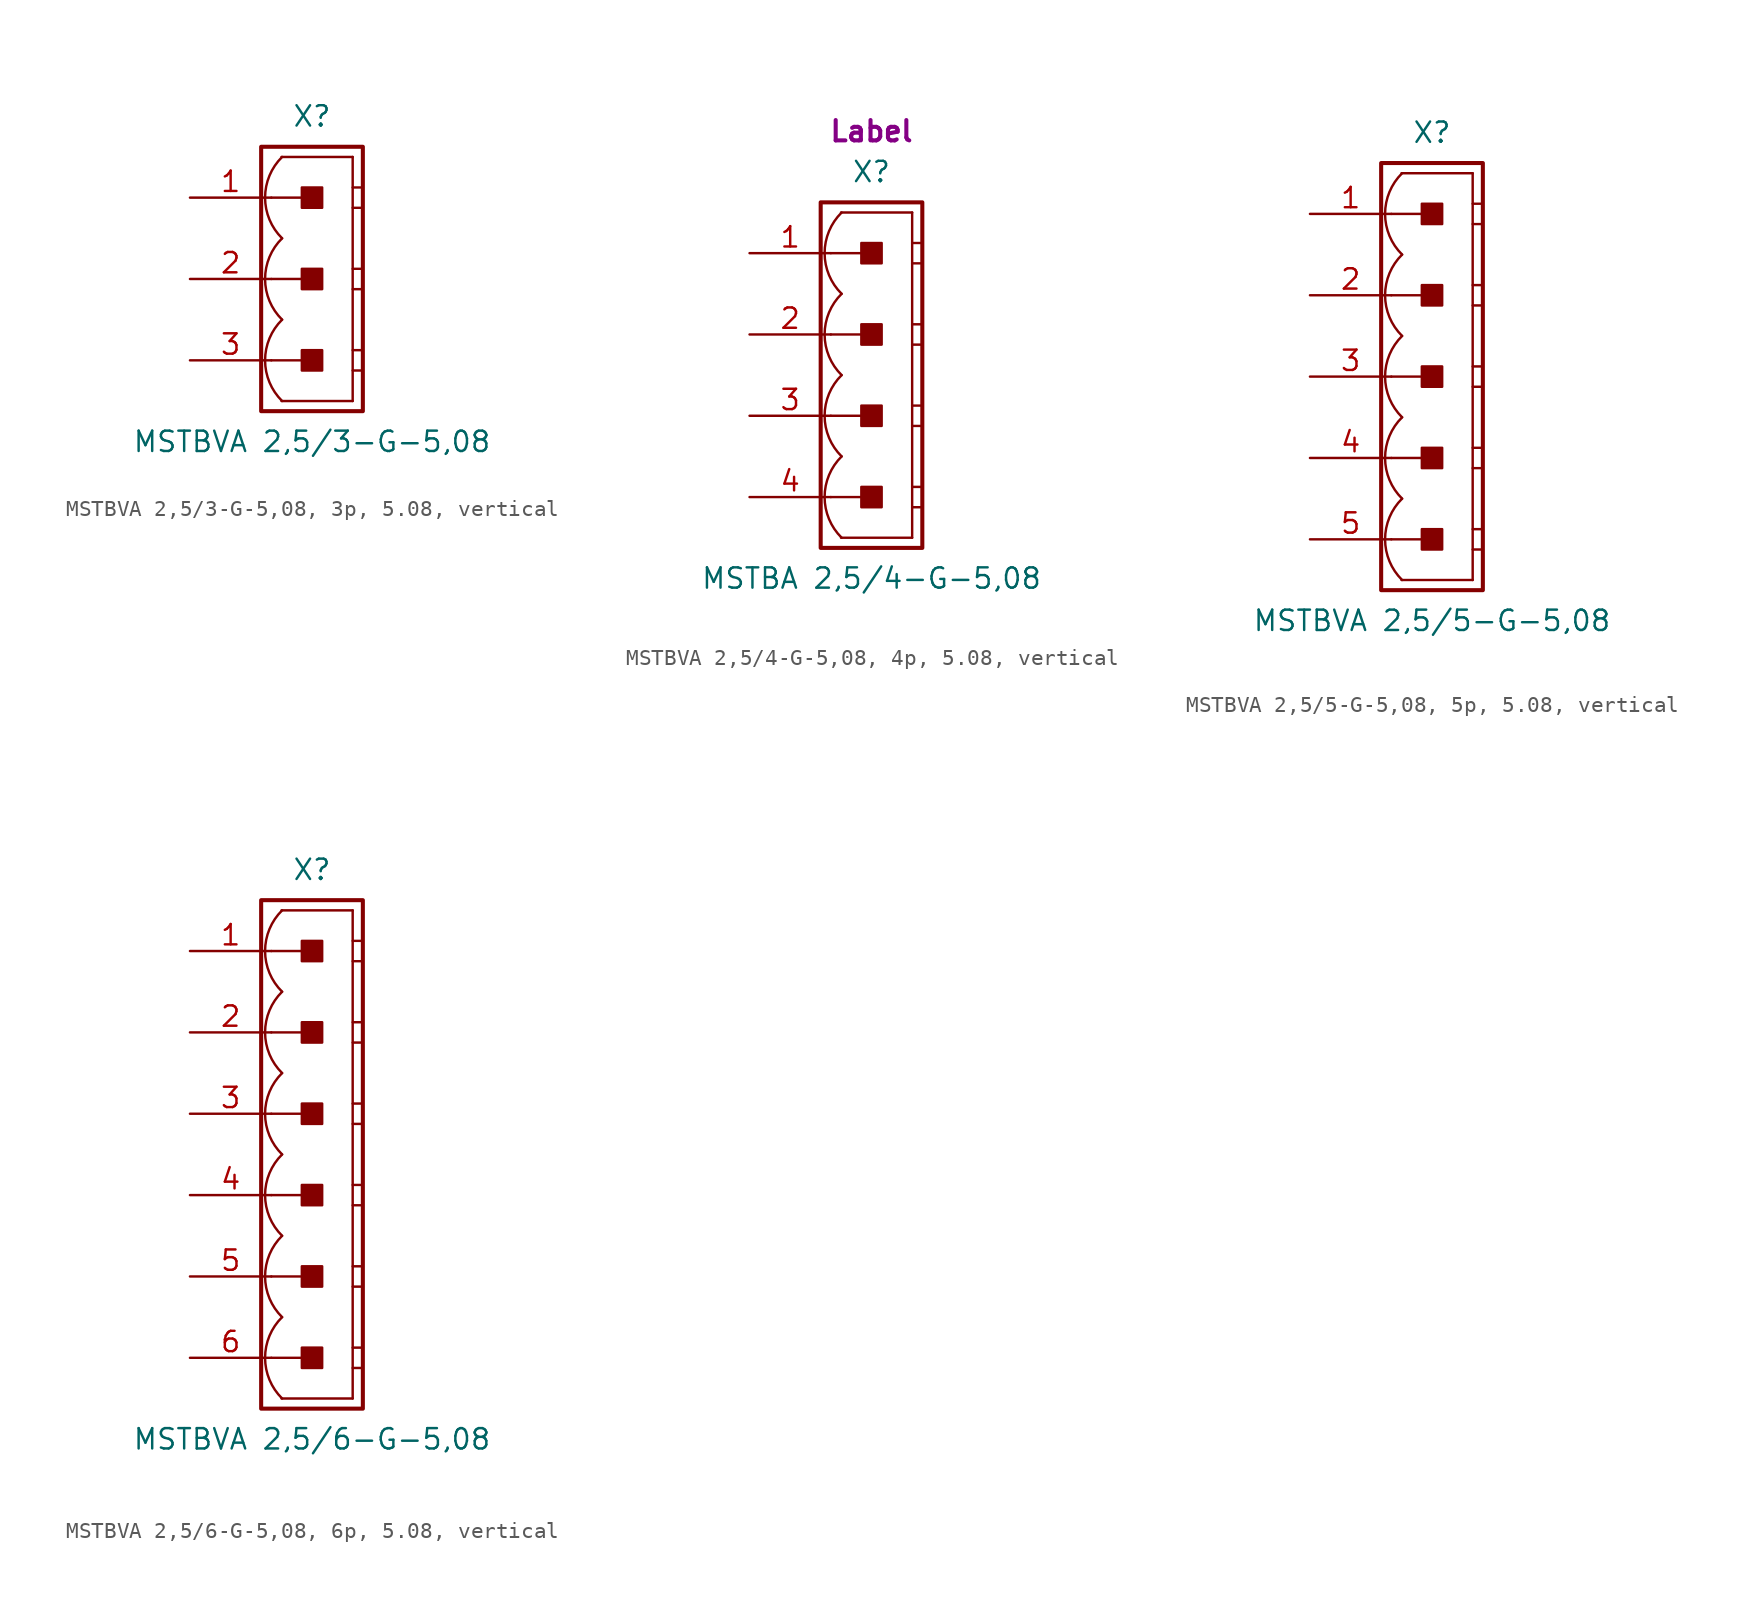
<source format=kicad_sym>
(kicad_symbol_lib
  (version 20241209)
  (generator "kicad_symbol_editor")
  (generator_version "9.0")
  (symbol "MSTBVA 2,5/3-G-5,08, 3p, 5.08, vertical"
    (pin_names
      (offset 1.016)
      (hide yes))
    (property "Reference" "X"
      (at 0 10.16 0)
      (effects (font (size 1.27 1.27))))
    (property "Value" "MSTBVA 2,5/3-G-5,08"
      (at 0 -10.16 0)
      (effects (font (size 1.27 1.27))))
    (property "Label" ""
      (at 0 0 0)
      (effects (font (size 1.27 1.27) (thickness 0.254) (bold yes))))
    (symbol "MSTBVA 2,5/3-G-5,08, 3p, 5.08, vertical_0_1"
      (polyline (pts (xy 2.54 7.62) (xy -1.905 7.62)) (stroke (width 0.152) (type default)) (fill (type none)))
      (polyline (pts (xy 2.54 7.62) (xy 2.54 -7.62)) (stroke (width 0.152) (type default)) (fill (type none)))
      (polyline (pts (xy 2.54 5.715) (xy 3.175 5.715)) (stroke (width 0.152) (type default)) (fill (type none)))
      (polyline (pts (xy 2.54 4.445) (xy 3.175 4.445)) (stroke (width 0.152) (type default)) (fill (type none)))
      (polyline (pts (xy 2.54 0.635) (xy 3.175 0.635)) (stroke (width 0.152) (type default)) (fill (type none)))
      (polyline (pts (xy 2.54 -0.635) (xy 3.175 -0.635)) (stroke (width 0.152) (type default)) (fill (type none)))
      (polyline (pts (xy 2.54 -4.445) (xy 3.175 -4.445)) (stroke (width 0.152) (type default)) (fill (type none)))
      (polyline (pts (xy 2.54 -5.715) (xy 3.175 -5.715)) (stroke (width 0.152) (type default)) (fill (type none)))
      (polyline (pts (xy 2.54 -7.62) (xy -1.905 -7.62)) (stroke (width 0.152) (type default)) (fill (type none))))
    (symbol "MSTBVA 2,5/3-G-5,08, 3p, 5.08, vertical_1_0"
      (polyline (pts (xy -2.54 5.08) (xy 0 5.08)) (stroke (width 0.152) (type default)) (fill (type none)))
      (polyline (pts (xy -2.54 0) (xy 0 0)) (stroke (width 0.152) (type default)) (fill (type none)))
      (polyline (pts (xy -2.54 -5.08) (xy 0 -5.08)) (stroke (width 0.152) (type default)) (fill (type none))))
    (symbol "MSTBVA 2,5/3-G-5,08, 3p, 5.08, vertical_1_1"
      (rectangle (start -3.175 8.255) (end 3.175 -8.255) (stroke (width 0.254) (type default)) (fill (type none)))
      (rectangle (start -0.635 4.445) (end 0.635 5.715) (stroke (width 0.152) (type default)) (fill (type outline)))
      (rectangle (start -0.635 -0.635) (end 0.635 0.635) (stroke (width 0.152) (type default)) (fill (type outline)))
      (rectangle (start -0.635 -5.715) (end 0.635 -4.445) (stroke (width 0.152) (type default)) (fill (type outline)))
      (arc (start -1.8664 2.54) (mid -2.9299 5.08) (end -1.8664 7.62) (stroke (width 0.1524) (type default)) (fill (type none)))
      (arc (start -1.8664 -2.54) (mid -2.9299 0) (end -1.8664 2.54) (stroke (width 0.1524) (type default)) (fill (type none)))
      (arc (start -1.8664 -7.62) (mid -2.9299 -5.08) (end -1.8664 -2.54) (stroke (width 0.1524) (type default)) (fill (type none)))
      (pin passive line (at -7.62 5.08 0) (length 5.08) (name "1" (effects (font (size 1.27 1.27)))) (number "1" (effects (font (size 1.27 1.27)))))
      (pin passive line (at -7.62 0 0) (length 5.08) (name "2" (effects (font (size 1.27 1.27)))) (number "2" (effects (font (size 1.27 1.27)))))
      (pin passive line (at -7.62 -5.08 0) (length 5.08) (name "3" (effects (font (size 1.27 1.27)))) (number "3" (effects (font (size 1.27 1.27)))))))
  (symbol "MSTBVA 2,5/4-G-5,08, 4p, 5.08, vertical"
    (pin_names
      (offset 1.016)
      (hide yes))
    (property "Reference" "X"
      (at 0 12.7 0)
      (effects (font (size 1.27 1.27))))
    (property "Value" "MSTBA 2,5/4-G-5,08"
      (at 0 -12.7 0)
      (effects (font (size 1.27 1.27))))
    (property "Label" "Label"
      (at 0 15.24 0)
      (effects (font (size 1.27 1.27) (thickness 0.254) (bold yes))))
    (symbol "MSTBVA 2,5/4-G-5,08, 4p, 5.08, vertical_0_1"
      (polyline (pts (xy 2.54 10.16) (xy -1.905 10.16)) (stroke (width 0.152) (type default)) (fill (type none)))
      (polyline (pts (xy 2.54 10.16) (xy 2.54 -10.16)) (stroke (width 0.152) (type default)) (fill (type none)))
      (polyline (pts (xy 2.54 8.255) (xy 3.175 8.255)) (stroke (width 0.152) (type default)) (fill (type none)))
      (polyline (pts (xy 2.54 6.985) (xy 3.175 6.985)) (stroke (width 0.152) (type default)) (fill (type none)))
      (polyline (pts (xy 2.54 3.175) (xy 3.175 3.175)) (stroke (width 0.152) (type default)) (fill (type none)))
      (polyline (pts (xy 2.54 1.905) (xy 3.175 1.905)) (stroke (width 0.152) (type default)) (fill (type none)))
      (polyline (pts (xy 2.54 -1.905) (xy 3.175 -1.905)) (stroke (width 0.152) (type default)) (fill (type none)))
      (polyline (pts (xy 2.54 -3.175) (xy 3.175 -3.175)) (stroke (width 0.152) (type default)) (fill (type none)))
      (polyline (pts (xy 2.54 -6.985) (xy 3.175 -6.985)) (stroke (width 0.152) (type default)) (fill (type none)))
      (polyline (pts (xy 2.54 -8.255) (xy 3.175 -8.255)) (stroke (width 0.152) (type default)) (fill (type none)))
      (polyline (pts (xy 2.54 -10.16) (xy -1.905 -10.16)) (stroke (width 0.152) (type default)) (fill (type none))))
    (symbol "MSTBVA 2,5/4-G-5,08, 4p, 5.08, vertical_1_0"
      (polyline (pts (xy -2.54 7.62) (xy 0 7.62)) (stroke (width 0.152) (type default)) (fill (type none)))
      (polyline (pts (xy -2.54 2.54) (xy 0 2.54)) (stroke (width 0.152) (type default)) (fill (type none)))
      (polyline (pts (xy -2.54 -2.54) (xy 0 -2.54)) (stroke (width 0.152) (type default)) (fill (type none)))
      (polyline (pts (xy -2.54 -7.62) (xy 0 -7.62)) (stroke (width 0.152) (type default)) (fill (type none))))
    (symbol "MSTBVA 2,5/4-G-5,08, 4p, 5.08, vertical_1_1"
      (rectangle (start -3.175 10.795) (end 3.175 -10.795) (stroke (width 0.254) (type default)) (fill (type none)))
      (rectangle (start -0.635 6.985) (end 0.635 8.255) (stroke (width 0.152) (type default)) (fill (type outline)))
      (rectangle (start -0.635 1.905) (end 0.635 3.175) (stroke (width 0.152) (type default)) (fill (type outline)))
      (rectangle (start -0.635 -3.175) (end 0.635 -1.905) (stroke (width 0.152) (type default)) (fill (type outline)))
      (rectangle (start -0.635 -8.255) (end 0.635 -6.985) (stroke (width 0.152) (type default)) (fill (type outline)))
      (arc (start -1.8664 5.08) (mid -2.9299 7.62) (end -1.8664 10.16) (stroke (width 0.1524) (type default)) (fill (type none)))
      (arc (start -1.8664 0) (mid -2.9299 2.54) (end -1.8664 5.08) (stroke (width 0.1524) (type default)) (fill (type none)))
      (arc (start -1.8664 -5.08) (mid -2.9299 -2.54) (end -1.8664 0) (stroke (width 0.1524) (type default)) (fill (type none)))
      (arc (start -1.8664 -10.16) (mid -2.9299 -7.62) (end -1.8664 -5.08) (stroke (width 0.1524) (type default)) (fill (type none)))
      (pin passive line (at -7.62 7.62 0) (length 5.08) (name "1" (effects (font (size 1.27 1.27)))) (number "1" (effects (font (size 1.27 1.27)))))
      (pin passive line (at -7.62 2.54 0) (length 5.08) (name "2" (effects (font (size 1.27 1.27)))) (number "2" (effects (font (size 1.27 1.27)))))
      (pin passive line (at -7.62 -2.54 0) (length 5.08) (name "3" (effects (font (size 1.27 1.27)))) (number "3" (effects (font (size 1.27 1.27)))))
      (pin passive line (at -7.62 -7.62 0) (length 5.08) (name "4" (effects (font (size 1.27 1.27)))) (number "4" (effects (font (size 1.27 1.27)))))))
  (symbol "MSTBVA 2,5/5-G-5,08, 5p, 5.08, vertical"
    (pin_names
      (offset 1.016)
      (hide yes))
    (property "Reference" "X"
      (at 0 15.24 0)
      (effects (font (size 1.27 1.27))))
    (property "Value" "MSTBVA 2,5/5-G-5,08"
      (at 0 -15.24 0)
      (effects (font (size 1.27 1.27))))
    (property "Label" ""
      (at 0 0 0)
      (effects (font (size 1.27 1.27) (thickness 0.254) (bold yes))))
    (symbol "MSTBVA 2,5/5-G-5,08, 5p, 5.08, vertical_0_1"
      (polyline (pts (xy 2.54 12.7) (xy -1.905 12.7)) (stroke (width 0.152) (type default)) (fill (type none)))
      (polyline (pts (xy 2.54 12.7) (xy 2.54 -12.7)) (stroke (width 0.152) (type default)) (fill (type none)))
      (polyline (pts (xy 2.54 10.795) (xy 3.175 10.795)) (stroke (width 0.152) (type default)) (fill (type none)))
      (polyline (pts (xy 2.54 9.525) (xy 3.175 9.525)) (stroke (width 0.152) (type default)) (fill (type none)))
      (polyline (pts (xy 2.54 5.715) (xy 3.175 5.715)) (stroke (width 0.152) (type default)) (fill (type none)))
      (polyline (pts (xy 2.54 4.445) (xy 3.175 4.445)) (stroke (width 0.152) (type default)) (fill (type none)))
      (polyline (pts (xy 2.54 0.635) (xy 3.175 0.635)) (stroke (width 0.152) (type default)) (fill (type none)))
      (polyline (pts (xy 2.54 -0.635) (xy 3.175 -0.635)) (stroke (width 0.152) (type default)) (fill (type none)))
      (polyline (pts (xy 2.54 -4.445) (xy 3.175 -4.445)) (stroke (width 0.152) (type default)) (fill (type none)))
      (polyline (pts (xy 2.54 -5.715) (xy 3.175 -5.715)) (stroke (width 0.152) (type default)) (fill (type none)))
      (polyline (pts (xy 2.54 -9.525) (xy 3.175 -9.525)) (stroke (width 0.152) (type default)) (fill (type none)))
      (polyline (pts (xy 2.54 -10.795) (xy 3.175 -10.795)) (stroke (width 0.152) (type default)) (fill (type none)))
      (polyline (pts (xy 2.54 -12.7) (xy -1.905 -12.7)) (stroke (width 0.152) (type default)) (fill (type none))))
    (symbol "MSTBVA 2,5/5-G-5,08, 5p, 5.08, vertical_1_0"
      (polyline (pts (xy -2.54 10.16) (xy 0 10.16)) (stroke (width 0.152) (type default)) (fill (type none)))
      (polyline (pts (xy -2.54 5.08) (xy 0 5.08)) (stroke (width 0.152) (type default)) (fill (type none)))
      (polyline (pts (xy -2.54 0) (xy 0 0)) (stroke (width 0.152) (type default)) (fill (type none)))
      (polyline (pts (xy -2.54 -5.08) (xy 0 -5.08)) (stroke (width 0.152) (type default)) (fill (type none)))
      (polyline (pts (xy -2.54 -10.16) (xy 0 -10.16)) (stroke (width 0.152) (type default)) (fill (type none))))
    (symbol "MSTBVA 2,5/5-G-5,08, 5p, 5.08, vertical_1_1"
      (rectangle (start -3.175 13.335) (end 3.175 -13.335) (stroke (width 0.254) (type default)) (fill (type none)))
      (rectangle (start -0.635 9.525) (end 0.635 10.795) (stroke (width 0.152) (type default)) (fill (type outline)))
      (rectangle (start -0.635 4.445) (end 0.635 5.715) (stroke (width 0.152) (type default)) (fill (type outline)))
      (rectangle (start -0.635 -0.635) (end 0.635 0.635) (stroke (width 0.152) (type default)) (fill (type outline)))
      (rectangle (start -0.635 -5.715) (end 0.635 -4.445) (stroke (width 0.152) (type default)) (fill (type outline)))
      (rectangle (start -0.635 -10.795) (end 0.635 -9.525) (stroke (width 0.152) (type default)) (fill (type outline)))
      (arc (start -1.8664 7.62) (mid -2.9299 10.16) (end -1.8664 12.7) (stroke (width 0.1524) (type default)) (fill (type none)))
      (arc (start -1.8664 2.54) (mid -2.9299 5.08) (end -1.8664 7.62) (stroke (width 0.1524) (type default)) (fill (type none)))
      (arc (start -1.8664 -2.54) (mid -2.9299 0) (end -1.8664 2.54) (stroke (width 0.1524) (type default)) (fill (type none)))
      (arc (start -1.8664 -7.62) (mid -2.9299 -5.08) (end -1.8664 -2.54) (stroke (width 0.1524) (type default)) (fill (type none)))
      (arc (start -1.8664 -12.7) (mid -2.9299 -10.16) (end -1.8664 -7.62) (stroke (width 0.1524) (type default)) (fill (type none)))
      (pin passive line (at -7.62 10.16 0) (length 5.08) (name "1" (effects (font (size 1.27 1.27)))) (number "1" (effects (font (size 1.27 1.27)))))
      (pin passive line (at -7.62 5.08 0) (length 5.08) (name "2" (effects (font (size 1.27 1.27)))) (number "2" (effects (font (size 1.27 1.27)))))
      (pin passive line (at -7.62 0 0) (length 5.08) (name "3" (effects (font (size 1.27 1.27)))) (number "3" (effects (font (size 1.27 1.27)))))
      (pin passive line (at -7.62 -5.08 0) (length 5.08) (name "4" (effects (font (size 1.27 1.27)))) (number "4" (effects (font (size 1.27 1.27)))))
      (pin passive line (at -7.62 -10.16 0) (length 5.08) (name "5" (effects (font (size 1.27 1.27)))) (number "5" (effects (font (size 1.27 1.27)))))))
  (symbol "MSTBVA 2,5/6-G-5,08, 6p, 5.08, vertical"
    (pin_names
      (offset 1.016)
      (hide yes))
    (property "Reference" "X"
      (at 0 17.78 0)
      (effects (font (size 1.27 1.27))))
    (property "Value" "MSTBVA 2,5/6-G-5,08"
      (at 0 -17.78 0)
      (effects (font (size 1.27 1.27))))
    (property "Label" ""
      (at 0 0 0)
      (effects (font (size 1.27 1.27) (thickness 0.254) (bold yes))))
    (symbol "MSTBVA 2,5/6-G-5,08, 6p, 5.08, vertical_0_1"
      (polyline (pts (xy 2.54 15.24) (xy -1.905 15.24)) (stroke (width 0.152) (type default)) (fill (type none)))
      (polyline (pts (xy 2.54 15.24) (xy 2.54 -15.24)) (stroke (width 0.152) (type default)) (fill (type none)))
      (polyline (pts (xy 2.54 13.335) (xy 3.175 13.335)) (stroke (width 0.152) (type default)) (fill (type none)))
      (polyline (pts (xy 2.54 12.065) (xy 3.175 12.065)) (stroke (width 0.152) (type default)) (fill (type none)))
      (polyline (pts (xy 2.54 8.255) (xy 3.175 8.255)) (stroke (width 0.152) (type default)) (fill (type none)))
      (polyline (pts (xy 2.54 6.985) (xy 3.175 6.985)) (stroke (width 0.152) (type default)) (fill (type none)))
      (polyline (pts (xy 2.54 3.175) (xy 3.175 3.175)) (stroke (width 0.152) (type default)) (fill (type none)))
      (polyline (pts (xy 2.54 1.905) (xy 3.175 1.905)) (stroke (width 0.152) (type default)) (fill (type none)))
      (polyline (pts (xy 2.54 -1.905) (xy 3.175 -1.905)) (stroke (width 0.152) (type default)) (fill (type none)))
      (polyline (pts (xy 2.54 -3.175) (xy 3.175 -3.175)) (stroke (width 0.152) (type default)) (fill (type none)))
      (polyline (pts (xy 2.54 -6.985) (xy 3.175 -6.985)) (stroke (width 0.152) (type default)) (fill (type none)))
      (polyline (pts (xy 2.54 -8.255) (xy 3.175 -8.255)) (stroke (width 0.152) (type default)) (fill (type none)))
      (polyline (pts (xy 2.54 -12.065) (xy 3.175 -12.065)) (stroke (width 0.152) (type default)) (fill (type none)))
      (polyline (pts (xy 2.54 -13.335) (xy 3.175 -13.335)) (stroke (width 0.152) (type default)) (fill (type none)))
      (polyline (pts (xy 2.54 -15.24) (xy -1.905 -15.24)) (stroke (width 0.152) (type default)) (fill (type none))))
    (symbol "MSTBVA 2,5/6-G-5,08, 6p, 5.08, vertical_1_0"
      (polyline (pts (xy -2.54 12.7) (xy 0 12.7)) (stroke (width 0.152) (type default)) (fill (type none)))
      (polyline (pts (xy -2.54 7.62) (xy 0 7.62)) (stroke (width 0.152) (type default)) (fill (type none)))
      (polyline (pts (xy -2.54 2.54) (xy 0 2.54)) (stroke (width 0.152) (type default)) (fill (type none)))
      (polyline (pts (xy -2.54 -2.54) (xy 0 -2.54)) (stroke (width 0.152) (type default)) (fill (type none)))
      (polyline (pts (xy -2.54 -7.62) (xy 0 -7.62)) (stroke (width 0.152) (type default)) (fill (type none)))
      (polyline (pts (xy -2.54 -12.7) (xy 0 -12.7)) (stroke (width 0.152) (type default)) (fill (type none))))
    (symbol "MSTBVA 2,5/6-G-5,08, 6p, 5.08, vertical_1_1"
      (rectangle (start -3.175 15.875) (end 3.175 -15.875) (stroke (width 0.254) (type default)) (fill (type none)))
      (rectangle (start -0.635 12.065) (end 0.635 13.335) (stroke (width 0.152) (type default)) (fill (type outline)))
      (rectangle (start -0.635 6.985) (end 0.635 8.255) (stroke (width 0.152) (type default)) (fill (type outline)))
      (rectangle (start -0.635 1.905) (end 0.635 3.175) (stroke (width 0.152) (type default)) (fill (type outline)))
      (rectangle (start -0.635 -3.175) (end 0.635 -1.905) (stroke (width 0.152) (type default)) (fill (type outline)))
      (rectangle (start -0.635 -8.255) (end 0.635 -6.985) (stroke (width 0.152) (type default)) (fill (type outline)))
      (rectangle (start -0.635 -13.335) (end 0.635 -12.065) (stroke (width 0.152) (type default)) (fill (type outline)))
      (arc (start -1.8664 10.16) (mid -2.9299 12.7) (end -1.8664 15.24) (stroke (width 0.1524) (type default)) (fill (type none)))
      (arc (start -1.8664 5.08) (mid -2.9299 7.62) (end -1.8664 10.16) (stroke (width 0.1524) (type default)) (fill (type none)))
      (arc (start -1.8664 0) (mid -2.9299 2.54) (end -1.8664 5.08) (stroke (width 0.1524) (type default)) (fill (type none)))
      (arc (start -1.8664 -5.08) (mid -2.9299 -2.54) (end -1.8664 0) (stroke (width 0.1524) (type default)) (fill (type none)))
      (arc (start -1.8664 -10.16) (mid -2.9299 -7.62) (end -1.8664 -5.08) (stroke (width 0.1524) (type default)) (fill (type none)))
      (arc (start -1.8664 -15.24) (mid -2.9299 -12.7) (end -1.8664 -10.16) (stroke (width 0.1524) (type default)) (fill (type none)))
      (pin passive line (at -7.62 12.7 0) (length 5.08) (name "1" (effects (font (size 1.27 1.27)))) (number "1" (effects (font (size 1.27 1.27)))))
      (pin passive line (at -7.62 7.62 0) (length 5.08) (name "2" (effects (font (size 1.27 1.27)))) (number "2" (effects (font (size 1.27 1.27)))))
      (pin passive line (at -7.62 2.54 0) (length 5.08) (name "3" (effects (font (size 1.27 1.27)))) (number "3" (effects (font (size 1.27 1.27)))))
      (pin passive line (at -7.62 -2.54 0) (length 5.08) (name "4" (effects (font (size 1.27 1.27)))) (number "4" (effects (font (size 1.27 1.27)))))
      (pin passive line (at -7.62 -7.62 0) (length 5.08) (name "5" (effects (font (size 1.27 1.27)))) (number "5" (effects (font (size 1.27 1.27)))))
      (pin passive line (at -7.62 -12.7 0) (length 5.08) (name "6" (effects (font (size 1.27 1.27)))) (number "6" (effects (font (size 1.27 1.27))))))))
</source>
